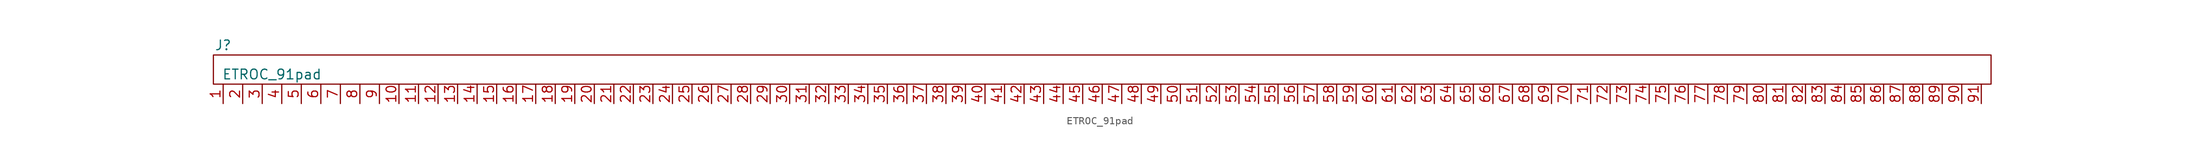
<source format=kicad_sym>
(kicad_symbol_lib
  (version 20211014)
  (generator kicad_symbol_editor)
  (symbol "ETROC_91pad"
    (pin_names
      (offset 1.016))
    (property "Reference" "J"
      (at -15.24 8.89 0)
      (effects (font (size 1.27 1.27))))
    (property "Value" "ETROC_91pad"
      (at -8.89 5.08 0)
      (effects (font (size 1.27 1.27))))
    (symbol "ETROC_91pad_0_1"
      (rectangle (start 214.63 3.81) (end -16.51 7.62) (stroke (width 0) (type default) (color 0 0 0 0)) (fill (type none))))
    (symbol "ETROC_91pad_1_1"
      (pin unspecified line (at -15.24 1.27 90) (length 2.54) (name "~" (effects (font (size 1.27 1.27)))) (number "1" (effects (font (size 1.27 1.27)))))
      (pin unspecified line (at 7.62 1.27 90) (length 2.54) (name "~" (effects (font (size 1.27 1.27)))) (number "10" (effects (font (size 1.27 1.27)))))
      (pin unspecified line (at 10.16 1.27 90) (length 2.54) (name "~" (effects (font (size 1.27 1.27)))) (number "11" (effects (font (size 1.27 1.27)))))
      (pin unspecified line (at 12.7 1.27 90) (length 2.54) (name "~" (effects (font (size 1.27 1.27)))) (number "12" (effects (font (size 1.27 1.27)))))
      (pin unspecified line (at 15.24 1.27 90) (length 2.54) (name "~" (effects (font (size 1.27 1.27)))) (number "13" (effects (font (size 1.27 1.27)))))
      (pin unspecified line (at 17.78 1.27 90) (length 2.54) (name "~" (effects (font (size 1.27 1.27)))) (number "14" (effects (font (size 1.27 1.27)))))
      (pin unspecified line (at 20.32 1.27 90) (length 2.54) (name "~" (effects (font (size 1.27 1.27)))) (number "15" (effects (font (size 1.27 1.27)))))
      (pin unspecified line (at 22.86 1.27 90) (length 2.54) (name "~" (effects (font (size 1.27 1.27)))) (number "16" (effects (font (size 1.27 1.27)))))
      (pin unspecified line (at 25.4 1.27 90) (length 2.54) (name "~" (effects (font (size 1.27 1.27)))) (number "17" (effects (font (size 1.27 1.27)))))
      (pin unspecified line (at 27.94 1.27 90) (length 2.54) (name "~" (effects (font (size 1.27 1.27)))) (number "18" (effects (font (size 1.27 1.27)))))
      (pin unspecified line (at 30.48 1.27 90) (length 2.54) (name "~" (effects (font (size 1.27 1.27)))) (number "19" (effects (font (size 1.27 1.27)))))
      (pin unspecified line (at -12.7 1.27 90) (length 2.54) (name "~" (effects (font (size 1.27 1.27)))) (number "2" (effects (font (size 1.27 1.27)))))
      (pin unspecified line (at 33.02 1.27 90) (length 2.54) (name "~" (effects (font (size 1.27 1.27)))) (number "20" (effects (font (size 1.27 1.27)))))
      (pin unspecified line (at 35.56 1.27 90) (length 2.54) (name "~" (effects (font (size 1.27 1.27)))) (number "21" (effects (font (size 1.27 1.27)))))
      (pin unspecified line (at 38.1 1.27 90) (length 2.54) (name "~" (effects (font (size 1.27 1.27)))) (number "22" (effects (font (size 1.27 1.27)))))
      (pin unspecified line (at 40.64 1.27 90) (length 2.54) (name "~" (effects (font (size 1.27 1.27)))) (number "23" (effects (font (size 1.27 1.27)))))
      (pin unspecified line (at 43.18 1.27 90) (length 2.54) (name "~" (effects (font (size 1.27 1.27)))) (number "24" (effects (font (size 1.27 1.27)))))
      (pin unspecified line (at 45.72 1.27 90) (length 2.54) (name "~" (effects (font (size 1.27 1.27)))) (number "25" (effects (font (size 1.27 1.27)))))
      (pin unspecified line (at 48.26 1.27 90) (length 2.54) (name "~" (effects (font (size 1.27 1.27)))) (number "26" (effects (font (size 1.27 1.27)))))
      (pin unspecified line (at 50.8 1.27 90) (length 2.54) (name "~" (effects (font (size 1.27 1.27)))) (number "27" (effects (font (size 1.27 1.27)))))
      (pin unspecified line (at 53.34 1.27 90) (length 2.54) (name "~" (effects (font (size 1.27 1.27)))) (number "28" (effects (font (size 1.27 1.27)))))
      (pin unspecified line (at 55.88 1.27 90) (length 2.54) (name "~" (effects (font (size 1.27 1.27)))) (number "29" (effects (font (size 1.27 1.27)))))
      (pin unspecified line (at -10.16 1.27 90) (length 2.54) (name "~" (effects (font (size 1.27 1.27)))) (number "3" (effects (font (size 1.27 1.27)))))
      (pin unspecified line (at 58.42 1.27 90) (length 2.54) (name "~" (effects (font (size 1.27 1.27)))) (number "30" (effects (font (size 1.27 1.27)))))
      (pin unspecified line (at 60.96 1.27 90) (length 2.54) (name "~" (effects (font (size 1.27 1.27)))) (number "31" (effects (font (size 1.27 1.27)))))
      (pin unspecified line (at 63.5 1.27 90) (length 2.54) (name "~" (effects (font (size 1.27 1.27)))) (number "32" (effects (font (size 1.27 1.27)))))
      (pin unspecified line (at 66.04 1.27 90) (length 2.54) (name "~" (effects (font (size 1.27 1.27)))) (number "33" (effects (font (size 1.27 1.27)))))
      (pin unspecified line (at 68.58 1.27 90) (length 2.54) (name "~" (effects (font (size 1.27 1.27)))) (number "34" (effects (font (size 1.27 1.27)))))
      (pin unspecified line (at 71.12 1.27 90) (length 2.54) (name "~" (effects (font (size 1.27 1.27)))) (number "35" (effects (font (size 1.27 1.27)))))
      (pin unspecified line (at 73.66 1.27 90) (length 2.54) (name "~" (effects (font (size 1.27 1.27)))) (number "36" (effects (font (size 1.27 1.27)))))
      (pin unspecified line (at 76.2 1.27 90) (length 2.54) (name "~" (effects (font (size 1.27 1.27)))) (number "37" (effects (font (size 1.27 1.27)))))
      (pin unspecified line (at 78.74 1.27 90) (length 2.54) (name "~" (effects (font (size 1.27 1.27)))) (number "38" (effects (font (size 1.27 1.27)))))
      (pin unspecified line (at 81.28 1.27 90) (length 2.54) (name "~" (effects (font (size 1.27 1.27)))) (number "39" (effects (font (size 1.27 1.27)))))
      (pin unspecified line (at -7.62 1.27 90) (length 2.54) (name "~" (effects (font (size 1.27 1.27)))) (number "4" (effects (font (size 1.27 1.27)))))
      (pin unspecified line (at 83.82 1.27 90) (length 2.54) (name "~" (effects (font (size 1.27 1.27)))) (number "40" (effects (font (size 1.27 1.27)))))
      (pin unspecified line (at 86.36 1.27 90) (length 2.54) (name "~" (effects (font (size 1.27 1.27)))) (number "41" (effects (font (size 1.27 1.27)))))
      (pin unspecified line (at 88.9 1.27 90) (length 2.54) (name "~" (effects (font (size 1.27 1.27)))) (number "42" (effects (font (size 1.27 1.27)))))
      (pin unspecified line (at 91.44 1.27 90) (length 2.54) (name "~" (effects (font (size 1.27 1.27)))) (number "43" (effects (font (size 1.27 1.27)))))
      (pin unspecified line (at 93.98 1.27 90) (length 2.54) (name "~" (effects (font (size 1.27 1.27)))) (number "44" (effects (font (size 1.27 1.27)))))
      (pin unspecified line (at 96.52 1.27 90) (length 2.54) (name "~" (effects (font (size 1.27 1.27)))) (number "45" (effects (font (size 1.27 1.27)))))
      (pin unspecified line (at 99.06 1.27 90) (length 2.54) (name "~" (effects (font (size 1.27 1.27)))) (number "46" (effects (font (size 1.27 1.27)))))
      (pin unspecified line (at 101.6 1.27 90) (length 2.54) (name "~" (effects (font (size 1.27 1.27)))) (number "47" (effects (font (size 1.27 1.27)))))
      (pin unspecified line (at 104.14 1.27 90) (length 2.54) (name "~" (effects (font (size 1.27 1.27)))) (number "48" (effects (font (size 1.27 1.27)))))
      (pin unspecified line (at 106.68 1.27 90) (length 2.54) (name "~" (effects (font (size 1.27 1.27)))) (number "49" (effects (font (size 1.27 1.27)))))
      (pin unspecified line (at -5.08 1.27 90) (length 2.54) (name "~" (effects (font (size 1.27 1.27)))) (number "5" (effects (font (size 1.27 1.27)))))
      (pin unspecified line (at 109.22 1.27 90) (length 2.54) (name "~" (effects (font (size 1.27 1.27)))) (number "50" (effects (font (size 1.27 1.27)))))
      (pin unspecified line (at 111.76 1.27 90) (length 2.54) (name "~" (effects (font (size 1.27 1.27)))) (number "51" (effects (font (size 1.27 1.27)))))
      (pin unspecified line (at 114.3 1.27 90) (length 2.54) (name "~" (effects (font (size 1.27 1.27)))) (number "52" (effects (font (size 1.27 1.27)))))
      (pin unspecified line (at 116.84 1.27 90) (length 2.54) (name "~" (effects (font (size 1.27 1.27)))) (number "53" (effects (font (size 1.27 1.27)))))
      (pin unspecified line (at 119.38 1.27 90) (length 2.54) (name "~" (effects (font (size 1.27 1.27)))) (number "54" (effects (font (size 1.27 1.27)))))
      (pin unspecified line (at 121.92 1.27 90) (length 2.54) (name "~" (effects (font (size 1.27 1.27)))) (number "55" (effects (font (size 1.27 1.27)))))
      (pin unspecified line (at 124.46 1.27 90) (length 2.54) (name "~" (effects (font (size 1.27 1.27)))) (number "56" (effects (font (size 1.27 1.27)))))
      (pin unspecified line (at 127 1.27 90) (length 2.54) (name "~" (effects (font (size 1.27 1.27)))) (number "57" (effects (font (size 1.27 1.27)))))
      (pin unspecified line (at 129.54 1.27 90) (length 2.54) (name "~" (effects (font (size 1.27 1.27)))) (number "58" (effects (font (size 1.27 1.27)))))
      (pin unspecified line (at 132.08 1.27 90) (length 2.54) (name "~" (effects (font (size 1.27 1.27)))) (number "59" (effects (font (size 1.27 1.27)))))
      (pin unspecified line (at -2.54 1.27 90) (length 2.54) (name "~" (effects (font (size 1.27 1.27)))) (number "6" (effects (font (size 1.27 1.27)))))
      (pin unspecified line (at 134.62 1.27 90) (length 2.54) (name "~" (effects (font (size 1.27 1.27)))) (number "60" (effects (font (size 1.27 1.27)))))
      (pin unspecified line (at 137.16 1.27 90) (length 2.54) (name "~" (effects (font (size 1.27 1.27)))) (number "61" (effects (font (size 1.27 1.27)))))
      (pin unspecified line (at 139.7 1.27 90) (length 2.54) (name "~" (effects (font (size 1.27 1.27)))) (number "62" (effects (font (size 1.27 1.27)))))
      (pin unspecified line (at 142.24 1.27 90) (length 2.54) (name "~" (effects (font (size 1.27 1.27)))) (number "63" (effects (font (size 1.27 1.27)))))
      (pin unspecified line (at 144.78 1.27 90) (length 2.54) (name "~" (effects (font (size 1.27 1.27)))) (number "64" (effects (font (size 1.27 1.27)))))
      (pin unspecified line (at 147.32 1.27 90) (length 2.54) (name "~" (effects (font (size 1.27 1.27)))) (number "65" (effects (font (size 1.27 1.27)))))
      (pin unspecified line (at 149.86 1.27 90) (length 2.54) (name "~" (effects (font (size 1.27 1.27)))) (number "66" (effects (font (size 1.27 1.27)))))
      (pin unspecified line (at 152.4 1.27 90) (length 2.54) (name "~" (effects (font (size 1.27 1.27)))) (number "67" (effects (font (size 1.27 1.27)))))
      (pin unspecified line (at 154.94 1.27 90) (length 2.54) (name "~" (effects (font (size 1.27 1.27)))) (number "68" (effects (font (size 1.27 1.27)))))
      (pin unspecified line (at 157.48 1.27 90) (length 2.54) (name "~" (effects (font (size 1.27 1.27)))) (number "69" (effects (font (size 1.27 1.27)))))
      (pin unspecified line (at 0 1.27 90) (length 2.54) (name "~" (effects (font (size 1.27 1.27)))) (number "7" (effects (font (size 1.27 1.27)))))
      (pin unspecified line (at 160.02 1.27 90) (length 2.54) (name "~" (effects (font (size 1.27 1.27)))) (number "70" (effects (font (size 1.27 1.27)))))
      (pin unspecified line (at 162.56 1.27 90) (length 2.54) (name "~" (effects (font (size 1.27 1.27)))) (number "71" (effects (font (size 1.27 1.27)))))
      (pin unspecified line (at 165.1 1.27 90) (length 2.54) (name "~" (effects (font (size 1.27 1.27)))) (number "72" (effects (font (size 1.27 1.27)))))
      (pin unspecified line (at 167.64 1.27 90) (length 2.54) (name "~" (effects (font (size 1.27 1.27)))) (number "73" (effects (font (size 1.27 1.27)))))
      (pin unspecified line (at 170.18 1.27 90) (length 2.54) (name "~" (effects (font (size 1.27 1.27)))) (number "74" (effects (font (size 1.27 1.27)))))
      (pin unspecified line (at 172.72 1.27 90) (length 2.54) (name "~" (effects (font (size 1.27 1.27)))) (number "75" (effects (font (size 1.27 1.27)))))
      (pin unspecified line (at 175.26 1.27 90) (length 2.54) (name "~" (effects (font (size 1.27 1.27)))) (number "76" (effects (font (size 1.27 1.27)))))
      (pin unspecified line (at 177.8 1.27 90) (length 2.54) (name "~" (effects (font (size 1.27 1.27)))) (number "77" (effects (font (size 1.27 1.27)))))
      (pin unspecified line (at 180.34 1.27 90) (length 2.54) (name "~" (effects (font (size 1.27 1.27)))) (number "78" (effects (font (size 1.27 1.27)))))
      (pin unspecified line (at 182.88 1.27 90) (length 2.54) (name "~" (effects (font (size 1.27 1.27)))) (number "79" (effects (font (size 1.27 1.27)))))
      (pin unspecified line (at 2.54 1.27 90) (length 2.54) (name "~" (effects (font (size 1.27 1.27)))) (number "8" (effects (font (size 1.27 1.27)))))
      (pin unspecified line (at 185.42 1.27 90) (length 2.54) (name "~" (effects (font (size 1.27 1.27)))) (number "80" (effects (font (size 1.27 1.27)))))
      (pin unspecified line (at 187.96 1.27 90) (length 2.54) (name "~" (effects (font (size 1.27 1.27)))) (number "81" (effects (font (size 1.27 1.27)))))
      (pin unspecified line (at 190.5 1.27 90) (length 2.54) (name "~" (effects (font (size 1.27 1.27)))) (number "82" (effects (font (size 1.27 1.27)))))
      (pin unspecified line (at 193.04 1.27 90) (length 2.54) (name "~" (effects (font (size 1.27 1.27)))) (number "83" (effects (font (size 1.27 1.27)))))
      (pin unspecified line (at 195.58 1.27 90) (length 2.54) (name "~" (effects (font (size 1.27 1.27)))) (number "84" (effects (font (size 1.27 1.27)))))
      (pin unspecified line (at 198.12 1.27 90) (length 2.54) (name "~" (effects (font (size 1.27 1.27)))) (number "85" (effects (font (size 1.27 1.27)))))
      (pin unspecified line (at 200.66 1.27 90) (length 2.54) (name "~" (effects (font (size 1.27 1.27)))) (number "86" (effects (font (size 1.27 1.27)))))
      (pin unspecified line (at 203.2 1.27 90) (length 2.54) (name "~" (effects (font (size 1.27 1.27)))) (number "87" (effects (font (size 1.27 1.27)))))
      (pin unspecified line (at 205.74 1.27 90) (length 2.54) (name "~" (effects (font (size 1.27 1.27)))) (number "88" (effects (font (size 1.27 1.27)))))
      (pin unspecified line (at 208.28 1.27 90) (length 2.54) (name "~" (effects (font (size 1.27 1.27)))) (number "89" (effects (font (size 1.27 1.27)))))
      (pin unspecified line (at 5.08 1.27 90) (length 2.54) (name "~" (effects (font (size 1.27 1.27)))) (number "9" (effects (font (size 1.27 1.27)))))
      (pin unspecified line (at 210.82 1.27 90) (length 2.54) (name "~" (effects (font (size 1.27 1.27)))) (number "90" (effects (font (size 1.27 1.27)))))
      (pin unspecified line (at 213.36 1.27 90) (length 2.54) (name "~" (effects (font (size 1.27 1.27)))) (number "91" (effects (font (size 1.27 1.27))))))))
</source>
